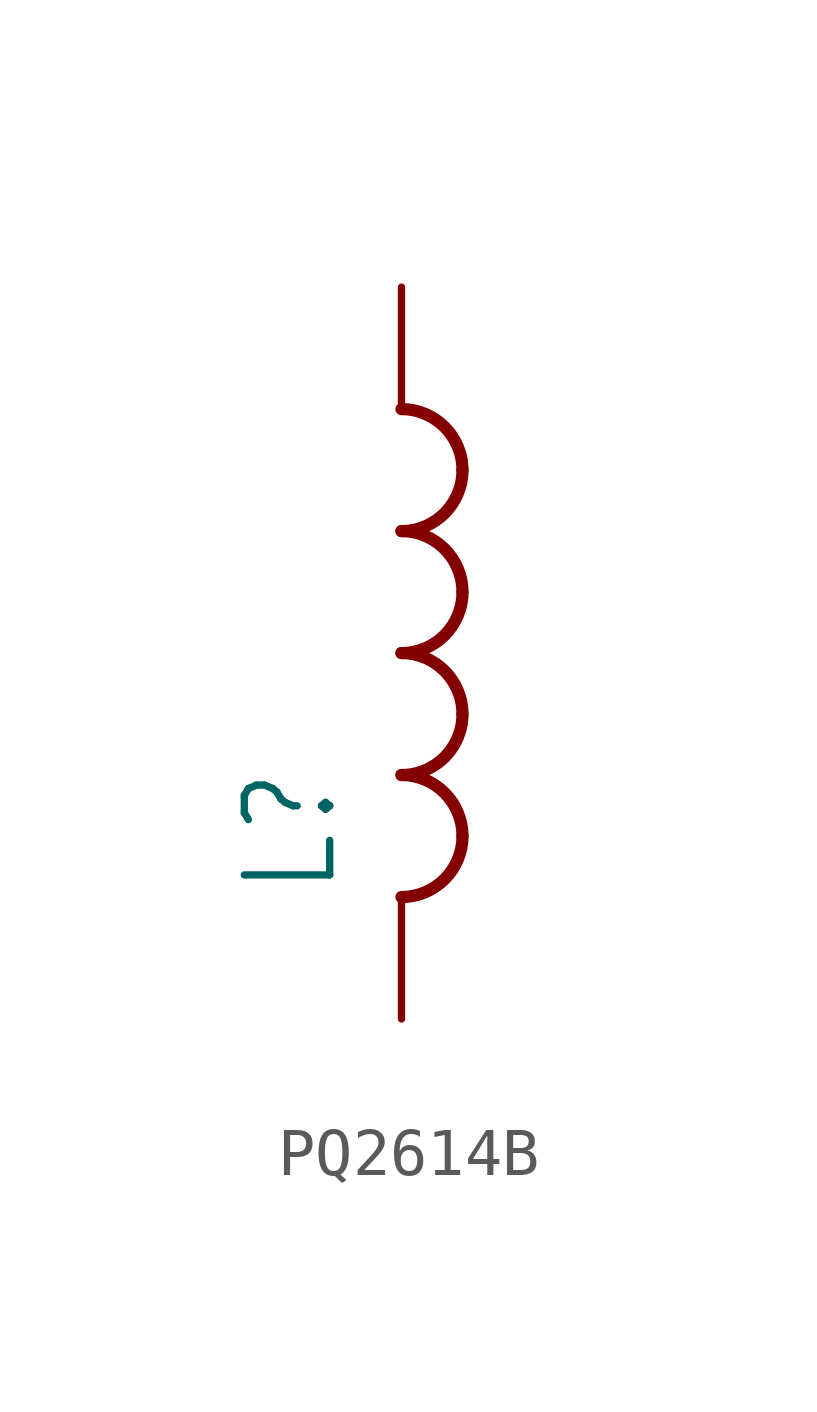
<source format=kicad_sym>
(kicad_symbol_lib
  (version 20231120)
  (generator "kicad_symbol_editor")
  (generator_version "8.0")
  (symbol "PQ2614B"
    (property "Reference" "L"
      (at -1.27 -5.08 90)
      (effects (font (size 1.778 1.511)) (justify left bottom)))
    (property "Value" ""
      (at 3.81 -5.08 90)
      (effects (font (size 1.778 1.511)) (justify left bottom)))
    (property "ki_locked" ""
      (at 0 0 0)
      (effects (font (size 1.27 1.27))))
    (symbol "PQ2614B_1_0"
      (arc (start 0 -5.08) (mid 0.898 -4.708) (end 1.27 -3.81) (stroke (width 0.254) (type solid)) (fill (type none)))
      (arc (start 0 -2.54) (mid 0.898 -2.168) (end 1.27 -1.27) (stroke (width 0.254) (type solid)) (fill (type none)))
      (arc (start 0 0) (mid 0.898 0.372) (end 1.27 1.27) (stroke (width 0.254) (type solid)) (fill (type none)))
      (arc (start 0 2.54) (mid 0.898 2.912) (end 1.27 3.81) (stroke (width 0.254) (type solid)) (fill (type none)))
      (arc (start 1.27 -3.81) (mid 0.898 -2.912) (end 0 -2.54) (stroke (width 0.254) (type solid)) (fill (type none)))
      (arc (start 1.27 -1.27) (mid 0.898 -0.372) (end 0 0) (stroke (width 0.254) (type solid)) (fill (type none)))
      (arc (start 1.27 1.27) (mid 0.898 2.168) (end 0 2.54) (stroke (width 0.254) (type solid)) (fill (type none)))
      (arc (start 1.27 3.81) (mid 0.898 4.708) (end 0 5.08) (stroke (width 0.254) (type solid)) (fill (type none)))
      (pin passive line (at 0 7.62 270) (length 2.54) (name "1" (effects (font (size 0 0)))) (number "1" (effects (font (size 0 0)))))
      (pin passive line (at 0 -7.62 90) (length 2.54) (name "2" (effects (font (size 0 0)))) (number "2" (effects (font (size 0 0))))))))
</source>
